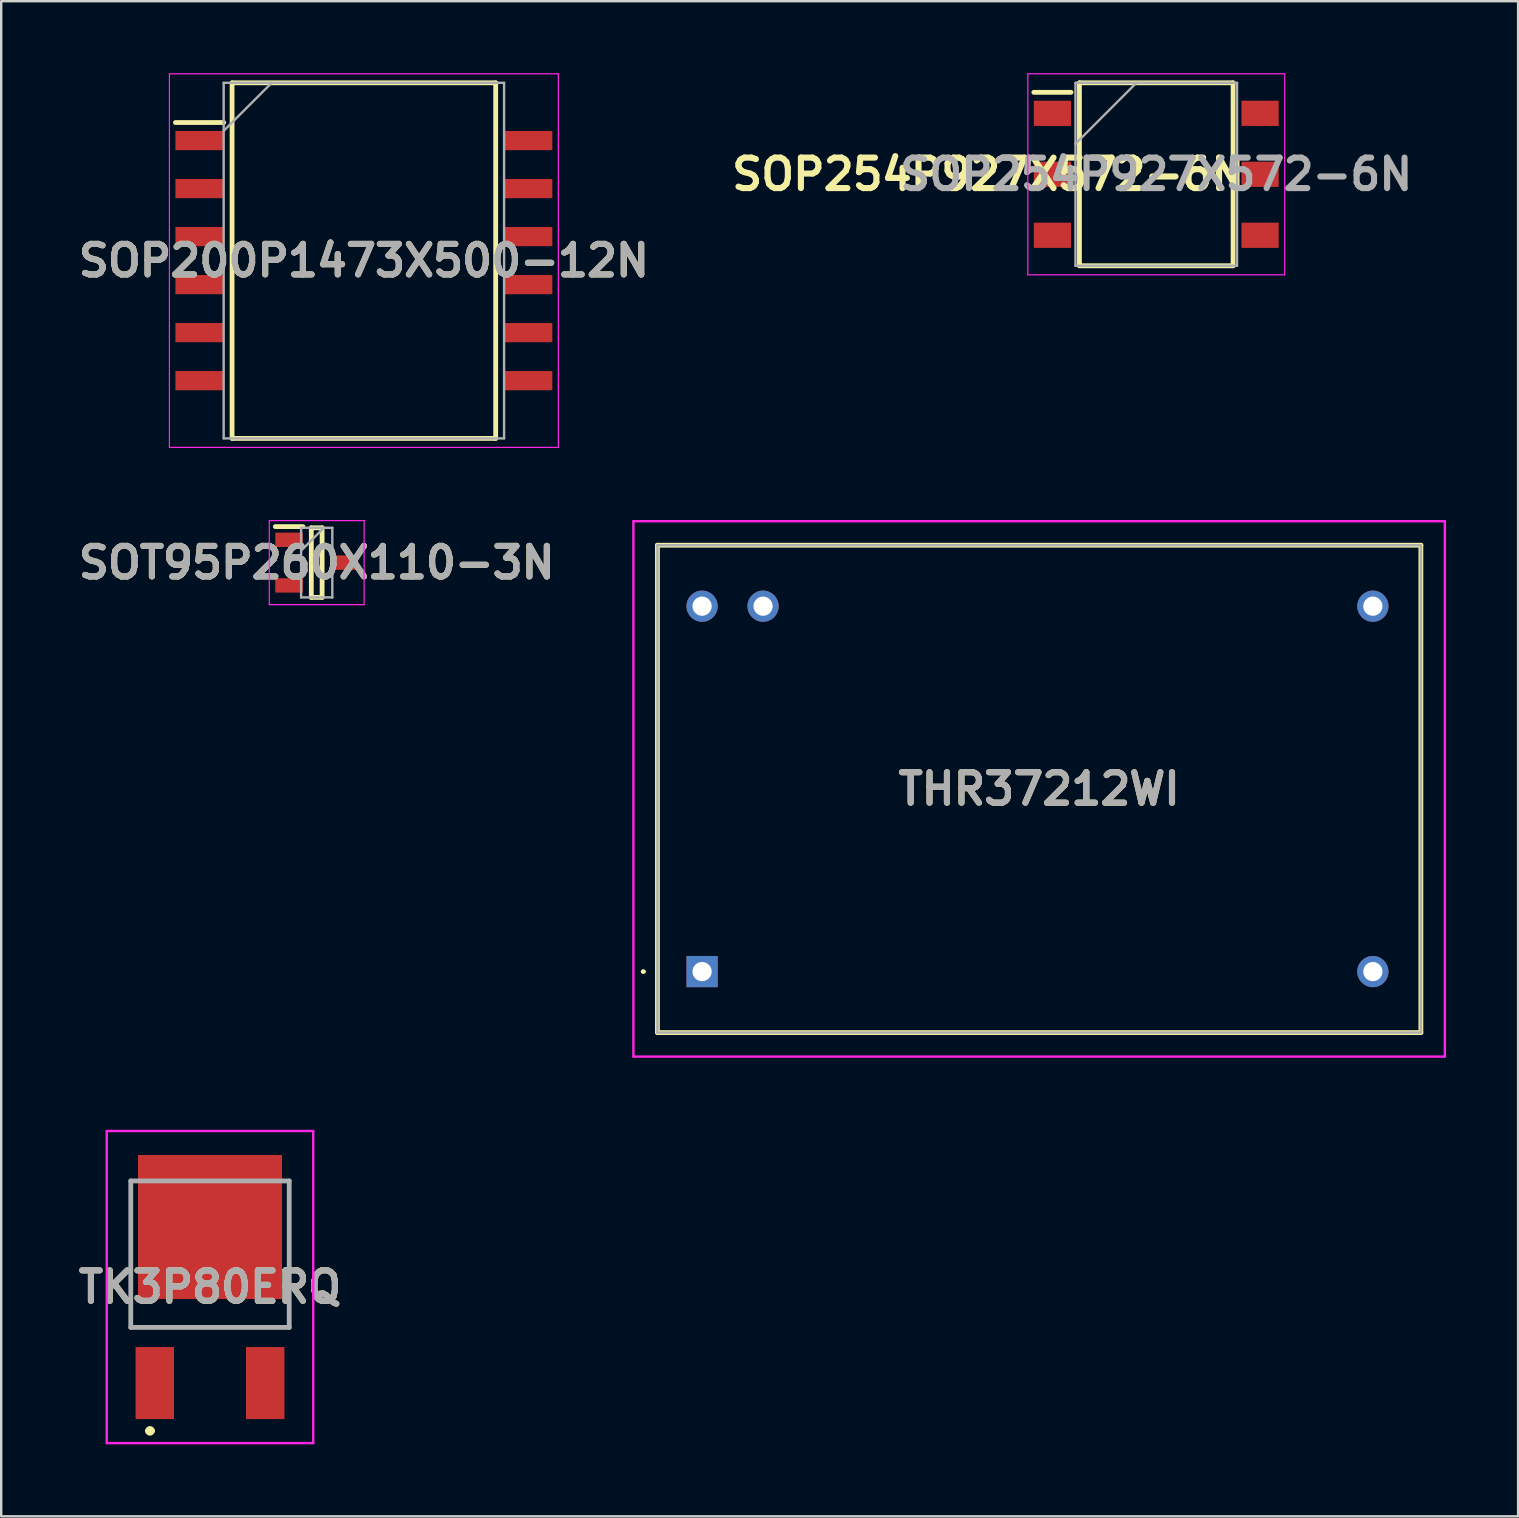
<source format=kicad_pcb>
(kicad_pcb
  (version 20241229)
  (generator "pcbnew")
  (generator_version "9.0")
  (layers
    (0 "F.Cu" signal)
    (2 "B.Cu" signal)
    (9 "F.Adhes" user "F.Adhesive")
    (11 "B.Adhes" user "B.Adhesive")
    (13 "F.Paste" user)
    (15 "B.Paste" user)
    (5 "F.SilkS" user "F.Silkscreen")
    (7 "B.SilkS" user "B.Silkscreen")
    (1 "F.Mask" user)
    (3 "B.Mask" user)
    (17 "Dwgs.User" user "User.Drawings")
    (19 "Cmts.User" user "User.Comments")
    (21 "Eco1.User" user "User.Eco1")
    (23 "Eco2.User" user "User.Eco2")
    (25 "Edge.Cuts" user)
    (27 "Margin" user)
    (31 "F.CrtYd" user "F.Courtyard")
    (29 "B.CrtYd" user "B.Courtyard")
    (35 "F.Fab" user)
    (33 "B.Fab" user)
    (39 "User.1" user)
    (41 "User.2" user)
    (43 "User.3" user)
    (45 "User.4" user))
  (footprint "SOT95P260X110-3N"
    (layer "F.Cu")
    (at 10.142 20.385)
    (property "Reference" "SOT95P260X110-3N" (at 0 0 0) (layer "F.SilkS") (effects (font (size 1.27 1.27) (thickness 0.254))))
    (attr smd)
    (fp_line (start -1.725 -1.5) (end -0.575 -1.5) (stroke (width 0.2) (type solid)) (layer "F.SilkS"))
    (fp_line (start -0.225 -1.45) (end 0.225 -1.45) (stroke (width 0.2) (type solid)) (layer "F.SilkS"))
    (fp_line (start -0.225 1.45) (end -0.225 -1.45) (stroke (width 0.2) (type solid)) (layer "F.SilkS"))
    (fp_line (start 0.225 -1.45) (end 0.225 1.45) (stroke (width 0.2) (type solid)) (layer "F.SilkS"))
    (fp_line (start 0.225 1.45) (end -0.225 1.45) (stroke (width 0.2) (type solid)) (layer "F.SilkS"))
    (fp_line (start -1.975 -1.75) (end 1.975 -1.75) (stroke (width 0.05) (type solid)) (layer "F.CrtYd"))
    (fp_line (start -1.975 1.75) (end -1.975 -1.75) (stroke (width 0.05) (type solid)) (layer "F.CrtYd"))
    (fp_line (start 1.975 -1.75) (end 1.975 1.75) (stroke (width 0.05) (type solid)) (layer "F.CrtYd"))
    (fp_line (start 1.975 1.75) (end -1.975 1.75) (stroke (width 0.05) (type solid)) (layer "F.CrtYd"))
    (fp_line (start -0.65 -1.45) (end 0.65 -1.45) (stroke (width 0.1) (type solid)) (layer "F.Fab"))
    (fp_line (start -0.65 -0.5) (end 0.3 -1.45) (stroke (width 0.1) (type solid)) (layer "F.Fab"))
    (fp_line (start -0.65 1.45) (end -0.65 -1.45) (stroke (width 0.1) (type solid)) (layer "F.Fab"))
    (fp_line (start 0.65 -1.45) (end 0.65 1.45) (stroke (width 0.1) (type solid)) (layer "F.Fab"))
    (fp_line (start 0.65 1.45) (end -0.65 1.45) (stroke (width 0.1) (type solid)) (layer "F.Fab"))
    (fp_text user "${REFERENCE}" (at 0 0 0) (layer "F.Fab") (effects (font (size 1.27 1.27) (thickness 0.254))))
    (pad "1" smd rect (at -1.15 -0.95 90) (size 0.6 1.15) (layers "F.Cu" "F.Mask" "F.Paste"))
    (pad "2" smd rect (at -1.15 0.95 90) (size 0.6 1.15) (layers "F.Cu" "F.Mask" "F.Paste"))
    (pad "3" smd rect (at 1.15 0 90) (size 0.6 1.15) (layers "F.Cu" "F.Mask" "F.Paste")))
  (footprint "SOP200P1473X500-12N"
    (layer "F.Cu")
    (at 12.107 7.805)
    (property "Reference" "SOP200P1473X500-12N" (at 0 0 0) (layer "F.SilkS") (effects (font (size 1.27 1.27) (thickness 0.254))))
    (attr smd)
    (fp_line (start -7.85 -5.75) (end -5.84 -5.75) (stroke (width 0.2) (type solid)) (layer "F.SilkS"))
    (fp_line (start -5.49 -7.405) (end 5.49 -7.405) (stroke (width 0.2) (type solid)) (layer "F.SilkS"))
    (fp_line (start -5.49 7.405) (end -5.49 -7.405) (stroke (width 0.2) (type solid)) (layer "F.SilkS"))
    (fp_line (start 5.49 -7.405) (end 5.49 7.405) (stroke (width 0.2) (type solid)) (layer "F.SilkS"))
    (fp_line (start 5.49 7.405) (end -5.49 7.405) (stroke (width 0.2) (type solid)) (layer "F.SilkS"))
    (fp_line (start -8.1 -7.78) (end 8.1 -7.78) (stroke (width 0.05) (type solid)) (layer "F.CrtYd"))
    (fp_line (start -8.1 7.78) (end -8.1 -7.78) (stroke (width 0.05) (type solid)) (layer "F.CrtYd"))
    (fp_line (start 8.1 -7.78) (end 8.1 7.78) (stroke (width 0.05) (type solid)) (layer "F.CrtYd"))
    (fp_line (start 8.1 7.78) (end -8.1 7.78) (stroke (width 0.05) (type solid)) (layer "F.CrtYd"))
    (fp_line (start -5.84 -7.405) (end 5.84 -7.405) (stroke (width 0.1) (type solid)) (layer "F.Fab"))
    (fp_line (start -5.84 -5.405) (end -3.84 -7.405) (stroke (width 0.1) (type solid)) (layer "F.Fab"))
    (fp_line (start -5.84 7.405) (end -5.84 -7.405) (stroke (width 0.1) (type solid)) (layer "F.Fab"))
    (fp_line (start 5.84 -7.405) (end 5.84 7.405) (stroke (width 0.1) (type solid)) (layer "F.Fab"))
    (fp_line (start 5.84 7.405) (end -5.84 7.405) (stroke (width 0.1) (type solid)) (layer "F.Fab"))
    (fp_text user "${REFERENCE}" (at 0 0 0) (layer "F.Fab") (effects (font (size 1.27 1.27) (thickness 0.254))))
    (pad "1" smd rect (at -6.845 -5 90) (size 0.8 2.01) (layers "F.Cu" "F.Mask" "F.Paste"))
    (pad "2" smd rect (at -6.845 -3 90) (size 0.8 2.01) (layers "F.Cu" "F.Mask" "F.Paste"))
    (pad "3" smd rect (at -6.845 -1 90) (size 0.8 2.01) (layers "F.Cu" "F.Mask" "F.Paste"))
    (pad "4" smd rect (at -6.845 1 90) (size 0.8 2.01) (layers "F.Cu" "F.Mask" "F.Paste"))
    (pad "5" smd rect (at -6.845 3 90) (size 0.8 2.01) (layers "F.Cu" "F.Mask" "F.Paste"))
    (pad "6" smd rect (at -6.845 5 90) (size 0.8 2.01) (layers "F.Cu" "F.Mask" "F.Paste"))
    (pad "7" smd rect (at 6.845 5 90) (size 0.8 2.01) (layers "F.Cu" "F.Mask" "F.Paste"))
    (pad "8" smd rect (at 6.845 3 90) (size 0.8 2.01) (layers "F.Cu" "F.Mask" "F.Paste"))
    (pad "9" smd rect (at 6.845 1 90) (size 0.8 2.01) (layers "F.Cu" "F.Mask" "F.Paste"))
    (pad "10" smd rect (at 6.845 -1 90) (size 0.8 2.01) (layers "F.Cu" "F.Mask" "F.Paste"))
    (pad "11" smd rect (at 6.845 -3 90) (size 0.8 2.01) (layers "F.Cu" "F.Mask" "F.Paste"))
    (pad "12" smd rect (at 6.845 -5 90) (size 0.8 2.01) (layers "F.Cu" "F.Mask" "F.Paste")))
  (footprint "SOP254P927X572-6N"
    (layer "F.Cu")
    (at 45.112 4.21)
    (property "Reference" "SOP254P927X572-6N" (at -7 0 0) (layer "F.SilkS") (effects (font (size 1.27 1.27) (thickness 0.254))))
    (attr smd)
    (fp_line (start -5.1 -3.415) (end -3.55 -3.415) (stroke (width 0.2) (type solid)) (layer "F.SilkS"))
    (fp_line (start -3.2 -3.81) (end 3.2 -3.81) (stroke (width 0.2) (type solid)) (layer "F.SilkS"))
    (fp_line (start -3.2 3.81) (end -3.2 -3.81) (stroke (width 0.2) (type solid)) (layer "F.SilkS"))
    (fp_line (start 3.2 -3.81) (end 3.2 3.81) (stroke (width 0.2) (type solid)) (layer "F.SilkS"))
    (fp_line (start 3.2 3.81) (end -3.2 3.81) (stroke (width 0.2) (type solid)) (layer "F.SilkS"))
    (fp_line (start -5.35 -4.185) (end 5.35 -4.185) (stroke (width 0.05) (type solid)) (layer "F.CrtYd"))
    (fp_line (start -5.35 4.185) (end -5.35 -4.185) (stroke (width 0.05) (type solid)) (layer "F.CrtYd"))
    (fp_line (start 5.35 -4.185) (end 5.35 4.185) (stroke (width 0.05) (type solid)) (layer "F.CrtYd"))
    (fp_line (start 5.35 4.185) (end -5.35 4.185) (stroke (width 0.05) (type solid)) (layer "F.CrtYd"))
    (fp_line (start -3.365 -3.81) (end 3.365 -3.81) (stroke (width 0.1) (type solid)) (layer "F.Fab"))
    (fp_line (start -3.365 -1.27) (end -0.825 -3.81) (stroke (width 0.1) (type solid)) (layer "F.Fab"))
    (fp_line (start -3.365 3.81) (end -3.365 -3.81) (stroke (width 0.1) (type solid)) (layer "F.Fab"))
    (fp_line (start 3.365 -3.81) (end 3.365 3.81) (stroke (width 0.1) (type solid)) (layer "F.Fab"))
    (fp_line (start 3.365 3.81) (end -3.365 3.81) (stroke (width 0.1) (type solid)) (layer "F.Fab"))
    (fp_text user "${REFERENCE}" (at 0 0 0) (layer "F.Fab") (effects (font (size 1.27 1.27) (thickness 0.254))))
    (pad "1" smd rect (at -4.325 -2.54 90) (size 1.05 1.55) (layers "F.Cu" "F.Mask" "F.Paste"))
    (pad "2" smd rect (at -4.325 0 90) (size 1.05 1.55) (layers "F.Cu" "F.Mask" "F.Paste"))
    (pad "3" smd rect (at -4.325 2.54 90) (size 1.05 1.55) (layers "F.Cu" "F.Mask" "F.Paste"))
    (pad "4" smd rect (at 4.325 2.54 90) (size 1.05 1.55) (layers "F.Cu" "F.Mask" "F.Paste"))
    (pad "5" smd rect (at 4.325 0 90) (size 1.05 1.55) (layers "F.Cu" "F.Mask" "F.Paste"))
    (pad "6" smd rect (at 4.325 -2.54 90) (size 1.05 1.55) (layers "F.Cu" "F.Mask" "F.Paste")))
  (footprint "TK3P80ERQ"
    (layer "F.Cu")
    (at 5.697 54.56)
    (property "Reference" "TK3P80ERQ" (at 0 -4 0) (layer "F.SilkS") (effects (font (size 1.27 1.27) (thickness 0.254))))
    (attr smd)
    (fp_line (start -3.3 -8.42) (end -3.3 -2.32) (stroke (width 0.1) (type solid)) (layer "F.SilkS"))
    (fp_line (start -3.3 -2.32) (end 3.3 -2.32) (stroke (width 0.1) (type solid)) (layer "F.SilkS"))
    (fp_line (start -2.6 1.99) (end -2.6 1.99) (stroke (width 0.2) (type solid)) (layer "F.SilkS"))
    (fp_line (start -2.4 1.99) (end -2.4 1.99) (stroke (width 0.2) (type solid)) (layer "F.SilkS"))
    (fp_line (start 3.3 -2.32) (end 3.3 -8.42) (stroke (width 0.1) (type solid)) (layer "F.SilkS"))
    (fp_arc (start -2.6 1.99) (mid -2.5 1.89) (end -2.4 1.99) (stroke (width 0.2) (type solid)) (layer "F.SilkS"))
    (fp_arc (start -2.4 1.99) (mid -2.5 2.09) (end -2.6 1.99) (stroke (width 0.2) (type solid)) (layer "F.SilkS"))
    (fp_line (start -4.3 -10.5) (end 4.3 -10.5) (stroke (width 0.1) (type solid)) (layer "F.CrtYd"))
    (fp_line (start -4.3 2.5) (end -4.3 -10.5) (stroke (width 0.1) (type solid)) (layer "F.CrtYd"))
    (fp_line (start 4.3 -10.5) (end 4.3 2.5) (stroke (width 0.1) (type solid)) (layer "F.CrtYd"))
    (fp_line (start 4.3 2.5) (end -4.3 2.5) (stroke (width 0.1) (type solid)) (layer "F.CrtYd"))
    (fp_line (start -3.3 -8.42) (end 3.3 -8.42) (stroke (width 0.2) (type solid)) (layer "F.Fab"))
    (fp_line (start -3.3 -2.32) (end -3.3 -8.42) (stroke (width 0.2) (type solid)) (layer "F.Fab"))
    (fp_line (start 3.3 -8.42) (end 3.3 -2.32) (stroke (width 0.2) (type solid)) (layer "F.Fab"))
    (fp_line (start 3.3 -2.32) (end -3.3 -2.32) (stroke (width 0.2) (type solid)) (layer "F.Fab"))
    (fp_text user "${REFERENCE}" (at 0 -4 0) (layer "F.Fab") (effects (font (size 1.27 1.27) (thickness 0.254))))
    (pad "1" smd rect (at -2.3 0) (size 1.6 3) (layers "F.Cu" "F.Mask" "F.Paste"))
    (pad "2" smd rect (at 0 -6.5) (size 6 6) (layers "F.Cu" "F.Mask" "F.Paste"))
    (pad "3" smd rect (at 2.3 0) (size 1.6 3) (layers "F.Cu" "F.Mask" "F.Paste")))
  (footprint "THR37212WI"
    (layer "F.Cu")
    (at 26.194 37.42)
    (property "Reference" "THR37212WI" (at 14.04 -7.61 0) (layer "F.SilkS") (effects (font (size 1.27 1.27) (thickness 0.254))))
    (attr through_hole)
    (fp_line (start -2.5 0) (end -2.5 0) (stroke (width 0.1) (type solid)) (layer "F.SilkS"))
    (fp_line (start -2.4 0) (end -2.4 0) (stroke (width 0.1) (type solid)) (layer "F.SilkS"))
    (fp_line (start -1.86 -17.76) (end -1.86 2.54) (stroke (width 0.2) (type solid)) (layer "F.SilkS"))
    (fp_line (start -1.86 2.54) (end 29.94 2.54) (stroke (width 0.2) (type solid)) (layer "F.SilkS"))
    (fp_line (start 29.94 -17.76) (end -1.86 -17.76) (stroke (width 0.2) (type solid)) (layer "F.SilkS"))
    (fp_line (start 29.94 2.54) (end 29.94 -17.76) (stroke (width 0.2) (type solid)) (layer "F.SilkS"))
    (fp_arc (start -2.5 0) (mid -2.45 -0.05) (end -2.4 0) (stroke (width 0.1) (type solid)) (layer "F.SilkS"))
    (fp_arc (start -2.4 0) (mid -2.45 0.05) (end -2.5 0) (stroke (width 0.1) (type solid)) (layer "F.SilkS"))
    (fp_line (start -2.86 -18.76) (end -2.86 3.54) (stroke (width 0.1) (type solid)) (layer "F.CrtYd"))
    (fp_line (start -2.86 3.54) (end 30.94 3.54) (stroke (width 0.1) (type solid)) (layer "F.CrtYd"))
    (fp_line (start 30.94 -18.76) (end -2.86 -18.76) (stroke (width 0.1) (type solid)) (layer "F.CrtYd"))
    (fp_line (start 30.94 3.54) (end 30.94 -18.76) (stroke (width 0.1) (type solid)) (layer "F.CrtYd"))
    (fp_line (start -1.86 -17.76) (end 29.94 -17.76) (stroke (width 0.1) (type solid)) (layer "F.Fab"))
    (fp_line (start -1.86 2.54) (end -1.86 -17.76) (stroke (width 0.1) (type solid)) (layer "F.Fab"))
    (fp_line (start 29.94 -17.76) (end 29.94 2.54) (stroke (width 0.1) (type solid)) (layer "F.Fab"))
    (fp_line (start 29.94 2.54) (end -1.86 2.54) (stroke (width 0.1) (type solid)) (layer "F.Fab"))
    (fp_text user "${REFERENCE}" (at 14.04 -7.61 0) (layer "F.Fab") (effects (font (size 1.27 1.27) (thickness 0.254))))
    (pad "1" thru_hole rect (at 0 0) (size 1.3 1.3) (drill 0.8) (layers "*.Cu" "*.Mask"))
    (pad "12" thru_hole circle (at 27.94 0) (size 1.3 1.3) (drill 0.8) (layers "*.Cu" "*.Mask"))
    (pad "13" thru_hole circle (at 27.94 -15.22) (size 1.3 1.3) (drill 0.8) (layers "*.Cu" "*.Mask"))
    (pad "23" thru_hole circle (at 2.54 -15.22) (size 1.3 1.3) (drill 0.8) (layers "*.Cu" "*.Mask"))
    (pad "24" thru_hole circle (at 0 -15.22) (size 1.3 1.3) (drill 0.8) (layers "*.Cu" "*.Mask")))
  (gr_rect
    (start -3 -3)
    (end 60.184 60.11)
    (stroke (width 0.1) (type default))
    (fill no)
    (layer "Edge.Cuts")))
</source>
